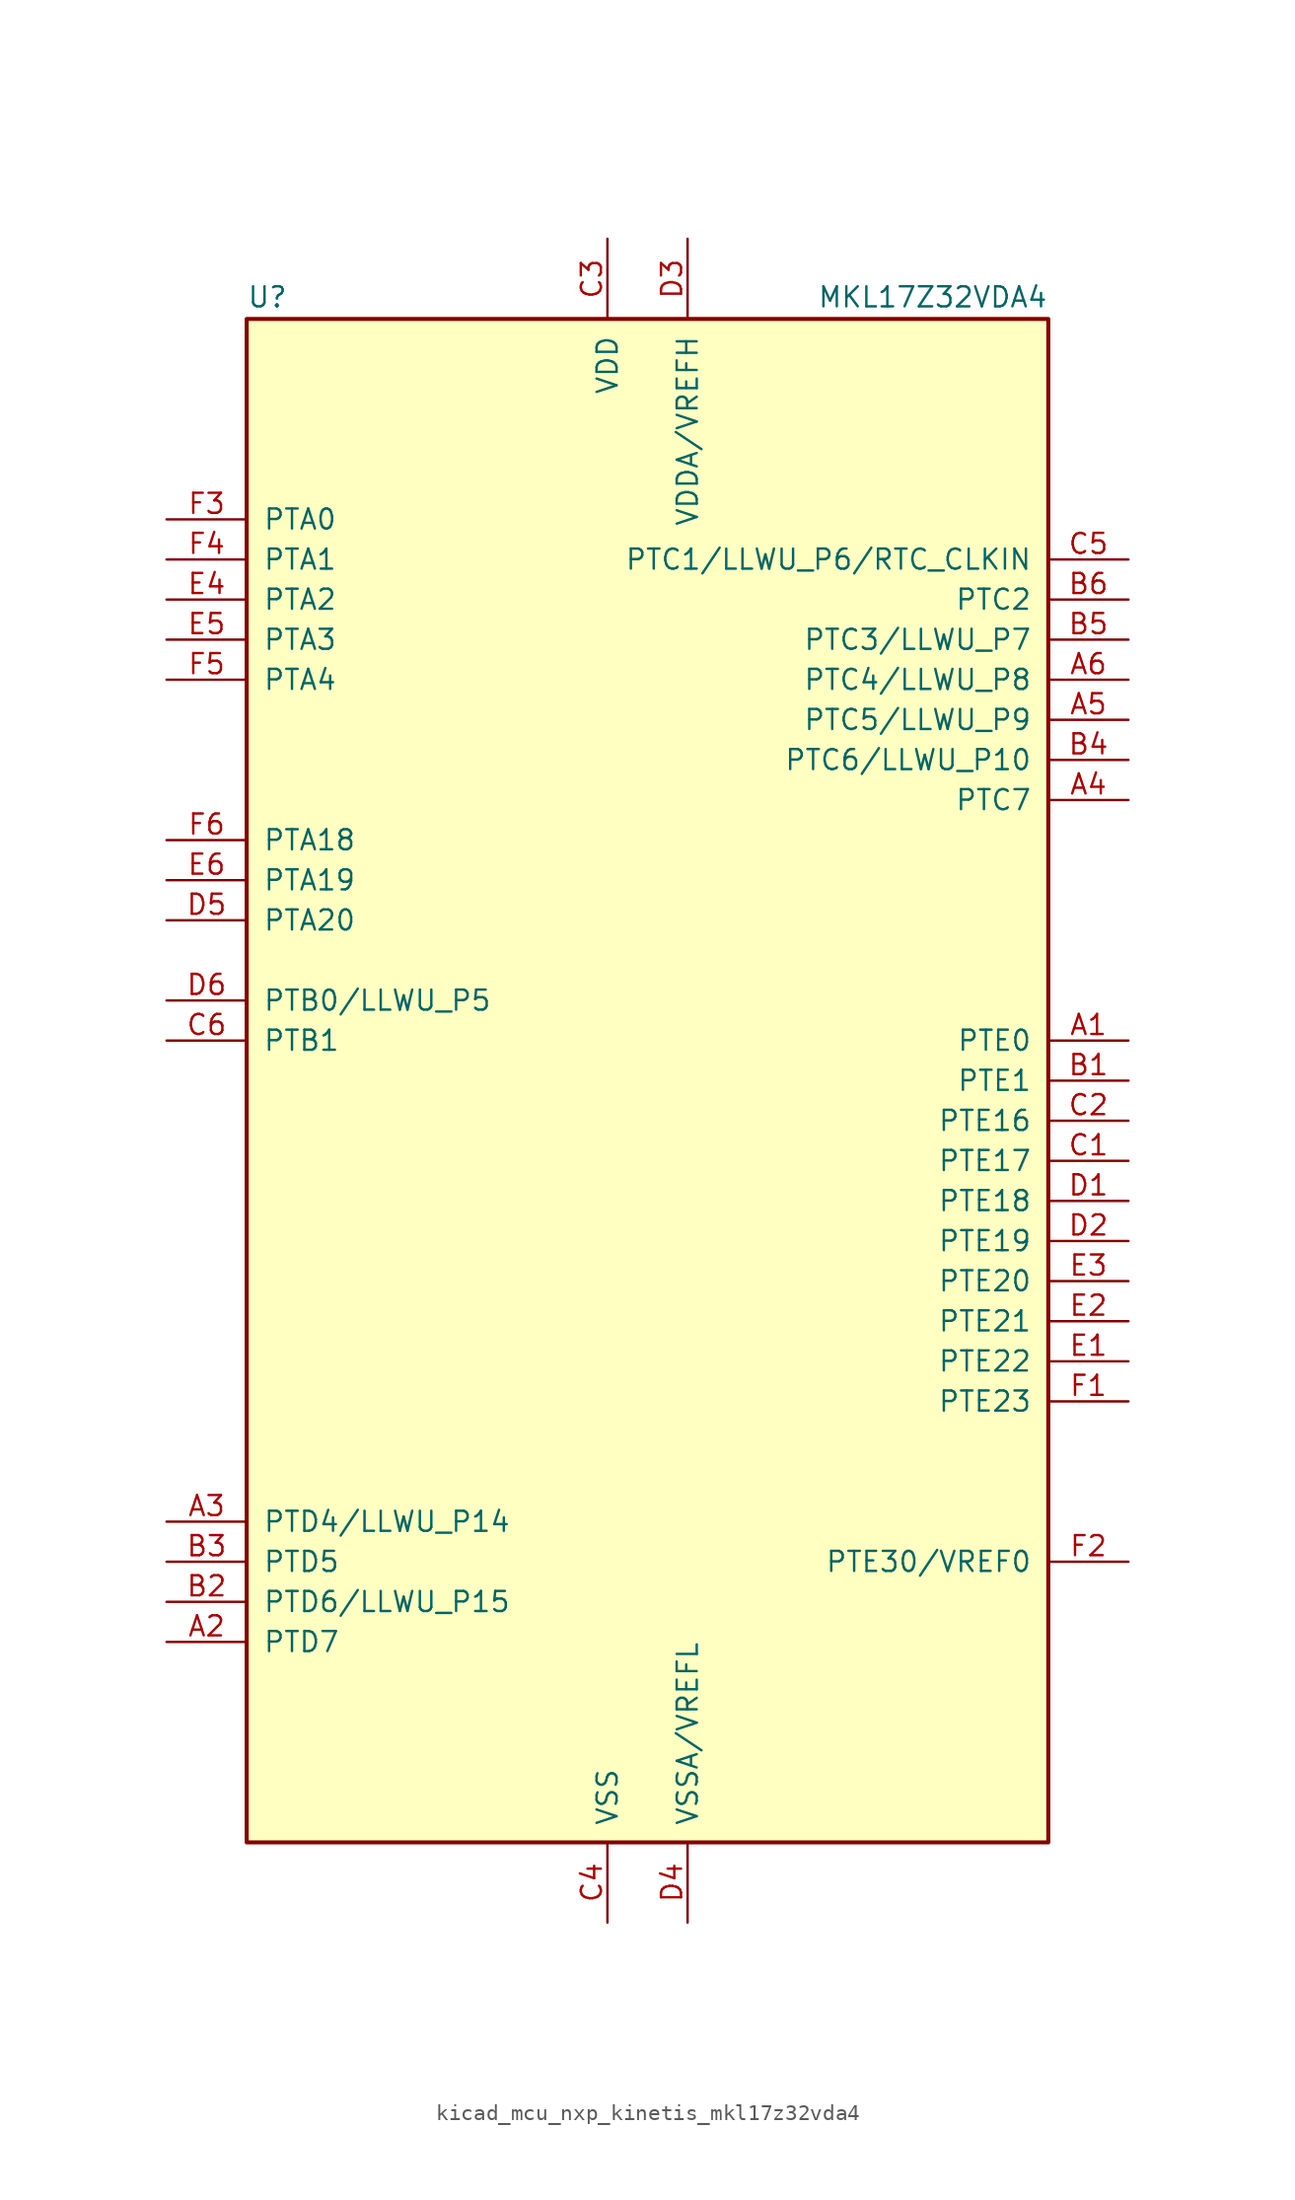
<source format=kicad_sym>
(kicad_symbol_lib
  (version 20220914)
  (generator kicad_symbol_editor)
  (symbol "kicad_mcu_nxp_kinetis_mkl17z32vda4"
    (pin_names
      (offset 1.016))
    (property "Reference" "U"
      (at -25.4 48.895 0)
      (effects (font (size 1.27 1.27)) (justify left bottom)))
    (property "Value" "MKL17Z32VDA4"
      (at 25.4 48.895 0)
      (effects (font (size 1.27 1.27)) (justify right bottom)))
    (symbol "kicad_mcu_nxp_kinetis_mkl17z32vda4_0_1"
      (rectangle (start -25.4 48.26) (end 25.4 -48.26) (stroke (width 0.254) (type default)) (fill (type background))))
    (symbol "kicad_mcu_nxp_kinetis_mkl17z32vda4_1_1"
      (pin bidirectional line (at 30.48 2.54 180) (length 5.08) (name "PTE0" (effects (font (size 1.27 1.27)))) (number "A1" (effects (font (size 1.27 1.27)))))
      (pin bidirectional line (at -30.48 -35.56 0) (length 5.08) (name "PTD7" (effects (font (size 1.27 1.27)))) (number "A2" (effects (font (size 1.27 1.27)))))
      (pin bidirectional line (at -30.48 -27.94 0) (length 5.08) (name "PTD4/LLWU_P14" (effects (font (size 1.27 1.27)))) (number "A3" (effects (font (size 1.27 1.27)))))
      (pin bidirectional line (at 30.48 17.78 180) (length 5.08) (name "PTC7" (effects (font (size 1.27 1.27)))) (number "A4" (effects (font (size 1.27 1.27)))))
      (pin bidirectional line (at 30.48 22.86 180) (length 5.08) (name "PTC5/LLWU_P9" (effects (font (size 1.27 1.27)))) (number "A5" (effects (font (size 1.27 1.27)))))
      (pin bidirectional line (at 30.48 25.4 180) (length 5.08) (name "PTC4/LLWU_P8" (effects (font (size 1.27 1.27)))) (number "A6" (effects (font (size 1.27 1.27)))))
      (pin bidirectional line (at 30.48 0 180) (length 5.08) (name "PTE1" (effects (font (size 1.27 1.27)))) (number "B1" (effects (font (size 1.27 1.27)))))
      (pin bidirectional line (at -30.48 -33.02 0) (length 5.08) (name "PTD6/LLWU_P15" (effects (font (size 1.27 1.27)))) (number "B2" (effects (font (size 1.27 1.27)))))
      (pin bidirectional line (at -30.48 -30.48 0) (length 5.08) (name "PTD5" (effects (font (size 1.27 1.27)))) (number "B3" (effects (font (size 1.27 1.27)))))
      (pin bidirectional line (at 30.48 20.32 180) (length 5.08) (name "PTC6/LLWU_P10" (effects (font (size 1.27 1.27)))) (number "B4" (effects (font (size 1.27 1.27)))))
      (pin bidirectional line (at 30.48 27.94 180) (length 5.08) (name "PTC3/LLWU_P7" (effects (font (size 1.27 1.27)))) (number "B5" (effects (font (size 1.27 1.27)))))
      (pin bidirectional line (at 30.48 30.48 180) (length 5.08) (name "PTC2" (effects (font (size 1.27 1.27)))) (number "B6" (effects (font (size 1.27 1.27)))))
      (pin bidirectional line (at 30.48 -5.08 180) (length 5.08) (name "PTE17" (effects (font (size 1.27 1.27)))) (number "C1" (effects (font (size 1.27 1.27)))))
      (pin bidirectional line (at 30.48 -2.54 180) (length 5.08) (name "PTE16" (effects (font (size 1.27 1.27)))) (number "C2" (effects (font (size 1.27 1.27)))))
      (pin power_in line (at -2.54 53.34 270) (length 5.08) (name "VDD" (effects (font (size 1.27 1.27)))) (number "C3" (effects (font (size 1.27 1.27)))))
      (pin power_in line (at -2.54 -53.34 90) (length 5.08) (name "VSS" (effects (font (size 1.27 1.27)))) (number "C4" (effects (font (size 1.27 1.27)))))
      (pin bidirectional line (at 30.48 33.02 180) (length 5.08) (name "PTC1/LLWU_P6/RTC_CLKIN" (effects (font (size 1.27 1.27)))) (number "C5" (effects (font (size 1.27 1.27)))))
      (pin bidirectional line (at -30.48 2.54 0) (length 5.08) (name "PTB1" (effects (font (size 1.27 1.27)))) (number "C6" (effects (font (size 1.27 1.27)))))
      (pin bidirectional line (at 30.48 -7.62 180) (length 5.08) (name "PTE18" (effects (font (size 1.27 1.27)))) (number "D1" (effects (font (size 1.27 1.27)))))
      (pin bidirectional line (at 30.48 -10.16 180) (length 5.08) (name "PTE19" (effects (font (size 1.27 1.27)))) (number "D2" (effects (font (size 1.27 1.27)))))
      (pin power_in line (at 2.54 53.34 270) (length 5.08) (name "VDDA/VREFH" (effects (font (size 1.27 1.27)))) (number "D3" (effects (font (size 1.27 1.27)))))
      (pin power_in line (at 2.54 -53.34 90) (length 5.08) (name "VSSA/VREFL" (effects (font (size 1.27 1.27)))) (number "D4" (effects (font (size 1.27 1.27)))))
      (pin bidirectional line (at -30.48 10.16 0) (length 5.08) (name "PTA20" (effects (font (size 1.27 1.27)))) (number "D5" (effects (font (size 1.27 1.27)))))
      (pin bidirectional line (at -30.48 5.08 0) (length 5.08) (name "PTB0/LLWU_P5" (effects (font (size 1.27 1.27)))) (number "D6" (effects (font (size 1.27 1.27)))))
      (pin bidirectional line (at 30.48 -17.78 180) (length 5.08) (name "PTE22" (effects (font (size 1.27 1.27)))) (number "E1" (effects (font (size 1.27 1.27)))))
      (pin bidirectional line (at 30.48 -15.24 180) (length 5.08) (name "PTE21" (effects (font (size 1.27 1.27)))) (number "E2" (effects (font (size 1.27 1.27)))))
      (pin bidirectional line (at 30.48 -12.7 180) (length 5.08) (name "PTE20" (effects (font (size 1.27 1.27)))) (number "E3" (effects (font (size 1.27 1.27)))))
      (pin bidirectional line (at -30.48 30.48 0) (length 5.08) (name "PTA2" (effects (font (size 1.27 1.27)))) (number "E4" (effects (font (size 1.27 1.27)))))
      (pin bidirectional line (at -30.48 27.94 0) (length 5.08) (name "PTA3" (effects (font (size 1.27 1.27)))) (number "E5" (effects (font (size 1.27 1.27)))))
      (pin bidirectional line (at -30.48 12.7 0) (length 5.08) (name "PTA19" (effects (font (size 1.27 1.27)))) (number "E6" (effects (font (size 1.27 1.27)))))
      (pin bidirectional line (at 30.48 -20.32 180) (length 5.08) (name "PTE23" (effects (font (size 1.27 1.27)))) (number "F1" (effects (font (size 1.27 1.27)))))
      (pin bidirectional line (at 30.48 -30.48 180) (length 5.08) (name "PTE30/VREF0" (effects (font (size 1.27 1.27)))) (number "F2" (effects (font (size 1.27 1.27)))))
      (pin bidirectional line (at -30.48 35.56 0) (length 5.08) (name "PTA0" (effects (font (size 1.27 1.27)))) (number "F3" (effects (font (size 1.27 1.27)))))
      (pin bidirectional line (at -30.48 33.02 0) (length 5.08) (name "PTA1" (effects (font (size 1.27 1.27)))) (number "F4" (effects (font (size 1.27 1.27)))))
      (pin bidirectional line (at -30.48 25.4 0) (length 5.08) (name "PTA4" (effects (font (size 1.27 1.27)))) (number "F5" (effects (font (size 1.27 1.27)))))
      (pin bidirectional line (at -30.48 15.24 0) (length 5.08) (name "PTA18" (effects (font (size 1.27 1.27)))) (number "F6" (effects (font (size 1.27 1.27))))))))
</source>
